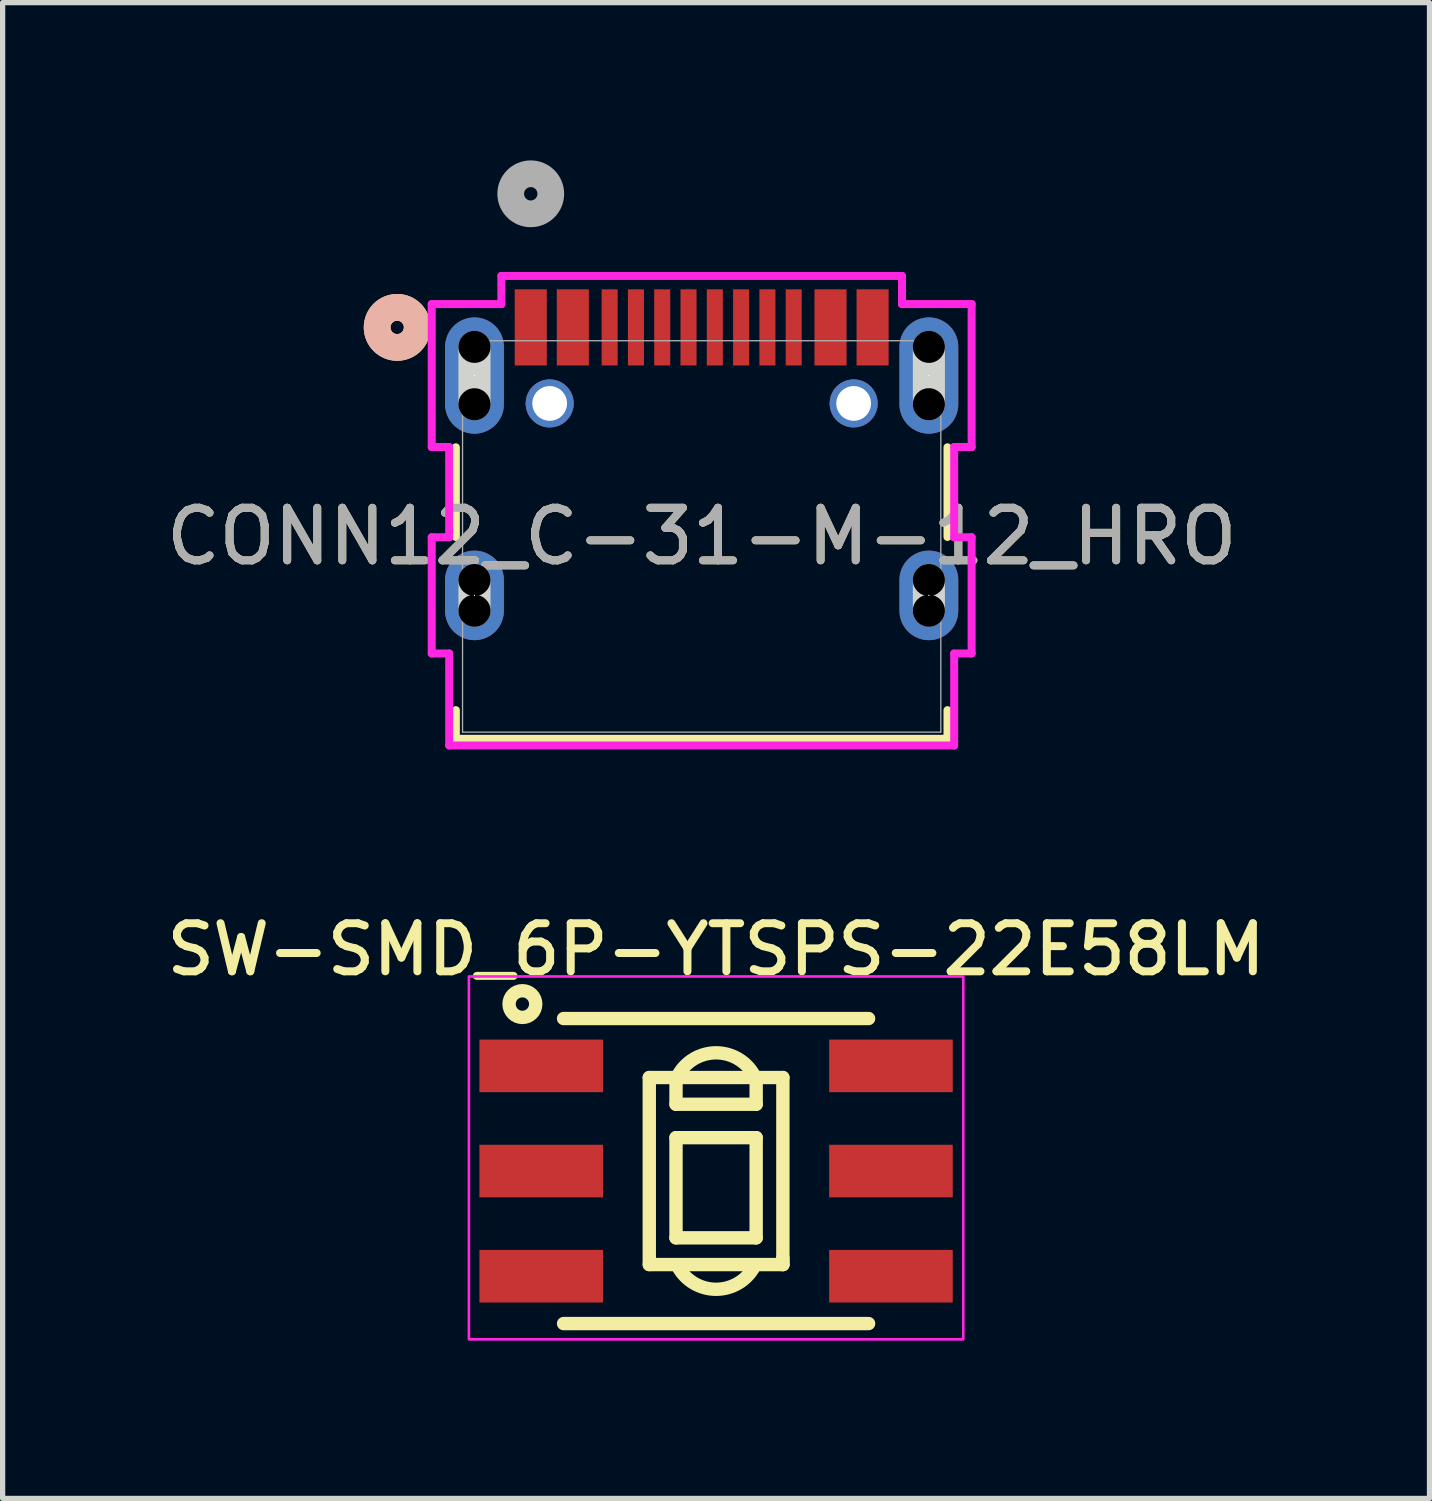
<source format=kicad_pcb>
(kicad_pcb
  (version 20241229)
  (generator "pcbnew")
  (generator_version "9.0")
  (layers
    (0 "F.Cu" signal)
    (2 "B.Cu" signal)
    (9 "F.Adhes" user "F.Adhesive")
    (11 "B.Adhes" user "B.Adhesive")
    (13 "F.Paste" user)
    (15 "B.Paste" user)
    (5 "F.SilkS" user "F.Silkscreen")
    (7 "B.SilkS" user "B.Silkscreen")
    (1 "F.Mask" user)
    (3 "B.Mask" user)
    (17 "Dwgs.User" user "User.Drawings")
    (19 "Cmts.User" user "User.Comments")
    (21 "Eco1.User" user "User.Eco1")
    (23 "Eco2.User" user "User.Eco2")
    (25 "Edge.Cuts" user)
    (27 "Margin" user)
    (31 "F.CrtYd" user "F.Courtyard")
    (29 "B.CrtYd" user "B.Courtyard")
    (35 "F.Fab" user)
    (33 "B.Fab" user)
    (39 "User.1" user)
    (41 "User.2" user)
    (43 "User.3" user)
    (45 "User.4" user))
  (footprint "SW-SMD_6P-YTSPS-22E58LM"
    (layer "F.Cu")
    (at 10.566 19.217)
    (property "Reference" "SW-SMD_6P-YTSPS-22E58LM" (at 0 -4.213 0) (layer "F.SilkS") (effects (font (size 0.914 0.914) (thickness 0.152))))
    (fp_line (start -2.9 -2.9) (end 2.9 -2.9) (stroke (width 0.254) (type default)) (layer "F.SilkS"))
    (fp_line (start -2.9 2.9) (end 2.9 2.9) (stroke (width 0.254) (type default)) (layer "F.SilkS"))
    (fp_line (start -1.27 -1.778) (end 1.27 -1.778) (stroke (width 0.254) (type default)) (layer "F.SilkS"))
    (fp_line (start -1.27 1.778) (end -1.27 -1.778) (stroke (width 0.254) (type default)) (layer "F.SilkS"))
    (fp_line (start -0.762 -1.27) (end -0.762 -1.778) (stroke (width 0.254) (type default)) (layer "F.SilkS"))
    (fp_line (start -0.762 -0.635) (end 0.762 -0.635) (stroke (width 0.254) (type default)) (layer "F.SilkS"))
    (fp_line (start -0.762 1.27) (end -0.762 -0.635) (stroke (width 0.254) (type default)) (layer "F.SilkS"))
    (fp_line (start 0.762 -1.778) (end 0.762 -1.27) (stroke (width 0.254) (type default)) (layer "F.SilkS"))
    (fp_line (start 0.762 -1.27) (end -0.762 -1.27) (stroke (width 0.254) (type default)) (layer "F.SilkS"))
    (fp_line (start 0.762 -0.635) (end 0.762 1.27) (stroke (width 0.254) (type default)) (layer "F.SilkS"))
    (fp_line (start 0.762 1.27) (end -0.762 1.27) (stroke (width 0.254) (type default)) (layer "F.SilkS"))
    (fp_line (start 1.27 -1.778) (end 1.27 1.778) (stroke (width 0.254) (type default)) (layer "F.SilkS"))
    (fp_line (start 1.27 1.651) (end 1.27 1.778) (stroke (width 0.254) (type default)) (layer "F.SilkS"))
    (fp_line (start 1.27 1.778) (end -1.27 1.778) (stroke (width 0.254) (type default)) (layer "F.SilkS"))
    (fp_arc (start -0.7262 -1.8157) (mid -0.000368 -2.248105) (end 0.7255 -1.8158) (stroke (width 0.254) (type default)) (layer "F.SilkS"))
    (fp_arc (start 0.7255 1.816) (mid -0.000368 2.248265) (end -0.7262 1.8159) (stroke (width 0.254) (type default)) (layer "F.SilkS"))
    (fp_circle (center -3.683 -3.175) (end -3.429 -3.175) (stroke (width 0.254) (type default)) (fill no) (layer "F.SilkS"))
    (fp_rect (start -4.7 -3.7) (end 4.7 3.2) (stroke (width 0.05) (type default)) (fill no) (layer "F.CrtYd"))
    (fp_circle (center -4 -2.9) (end -3.97 -2.9) (stroke (width 0.06) (type default)) (fill no) (layer "User.5"))
    (pad "1" smd rect (at -3.325 -2) (size 2.35 1) (layers "F.Cu" "F.Mask" "F.Paste"))
    (pad "2" smd rect (at -3.325 0 180) (size 2.35 1) (layers "F.Cu" "F.Mask" "F.Paste"))
    (pad "3" smd rect (at -3.325 2) (size 2.35 1) (layers "F.Cu" "F.Mask" "F.Paste"))
    (pad "4" smd rect (at 3.325 -2) (size 2.35 1) (layers "F.Cu" "F.Mask" "F.Paste"))
    (pad "5" smd rect (at 3.325 0 180) (size 2.35 1) (layers "F.Cu" "F.Mask" "F.Paste"))
    (pad "6" smd rect (at 3.325 2) (size 2.35 1) (layers "F.Cu" "F.Mask" "F.Paste"))
    (zone (net_name "") (layer "Dwgs.User") (hatch edge 0.5) (priority 100) (connect_pads yes) (min_thickness 0) (filled_areas_thickness no) (fill yes) (polygon (pts (xy 6.311 17.439) (xy 6.692 17.439) (xy 6.692 17.566) (xy 6.311 17.566))) (filled_polygon (layer "Dwgs.User") (island) (pts (xy 6.311 17.439) (xy 6.692 17.439) (xy 6.692 17.566) (xy 6.311 17.566))))
    (zone (net_name "") (layer "Dwgs.User") (hatch edge 0.5) (priority 100) (connect_pads yes) (min_thickness 0) (filled_areas_thickness no) (fill yes) (polygon (pts (xy 6.438 16.931) (xy 6.311 16.931) (xy 6.311 17.058) (xy 6.438 17.058))) (filled_polygon (layer "Dwgs.User") (island) (pts (xy 6.438 16.931) (xy 6.311 16.931) (xy 6.311 17.058) (xy 6.438 17.058))))
    (zone (net_name "") (layer "Dwgs.User") (hatch edge 0.5) (priority 100) (connect_pads yes) (min_thickness 0) (filled_areas_thickness no) (fill yes) (polygon (pts (xy 6.565 17.439) (xy 6.565 16.931) (xy 6.438 16.931) (xy 6.438 17.439))) (filled_polygon (layer "Dwgs.User") (island) (pts (xy 6.565 17.439) (xy 6.565 16.931) (xy 6.438 16.931) (xy 6.438 17.439))))
    (zone (net_name "") (layer "Dwgs.User") (hatch edge 0.5) (priority 100) (connect_pads yes) (min_thickness 0) (filled_areas_thickness no) (fill yes) (polygon (pts (xy 9.168 17.312) (xy 9.168 21.122) (xy 9.422 21.122) (xy 9.422 17.312))) (filled_polygon (layer "Dwgs.User") (island) (pts (xy 9.168 17.312) (xy 9.168 21.122) (xy 9.422 21.122) (xy 9.422 17.312))))
    (zone (net_name "") (layer "Dwgs.User") (hatch edge 0.5) (priority 100) (connect_pads yes) (min_thickness 0) (filled_areas_thickness no) (fill yes) (polygon (pts (xy 9.422 17.312) (xy 9.676 17.312) (xy 9.676 17.566) (xy 9.422 17.566))) (filled_polygon (layer "Dwgs.User") (island) (pts (xy 9.422 17.312) (xy 9.676 17.312) (xy 9.676 17.566) (xy 9.422 17.566))))
    (zone (net_name "") (layer "Dwgs.User") (hatch edge 0.5) (priority 100) (connect_pads yes) (min_thickness 0) (filled_areas_thickness no) (fill yes) (polygon (pts (xy 9.676 17.312) (xy 9.676 18.074) (xy 9.93 18.074) (xy 9.93 17.312))) (filled_polygon (layer "Dwgs.User") (island) (pts (xy 9.676 17.312) (xy 9.676 18.074) (xy 9.93 18.074) (xy 9.93 17.312))))
    (zone (net_name "") (layer "Dwgs.User") (hatch edge 0.5) (priority 100) (connect_pads yes) (min_thickness 0) (filled_areas_thickness no) (fill yes) (polygon (pts (xy 11.2 17.312) (xy 9.93 17.312) (xy 9.93 17.566) (xy 11.2 17.566))) (filled_polygon (layer "Dwgs.User") (island) (pts (xy 11.2 17.312) (xy 9.93 17.312) (xy 9.93 17.566) (xy 11.2 17.566))))
    (zone (net_name "") (layer "Dwgs.User") (hatch edge 0.5) (priority 100) (connect_pads yes) (min_thickness 0) (filled_areas_thickness no) (fill yes) (polygon (pts (xy 11.2 18.074) (xy 9.93 18.074) (xy 9.93 17.82) (xy 11.2 17.82))) (filled_polygon (layer "Dwgs.User") (island) (pts (xy 11.2 18.074) (xy 9.93 18.074) (xy 9.93 17.82) (xy 11.2 17.82))))
    (zone (net_name "") (layer "Dwgs.User") (hatch edge 0.5) (priority 100) (connect_pads yes) (min_thickness 0) (filled_areas_thickness no) (fill yes) (polygon (pts (xy 11.708 17.312) (xy 11.454 17.312) (xy 11.454 17.566) (xy 11.708 17.566))) (filled_polygon (layer "Dwgs.User") (island) (pts (xy 11.708 17.312) (xy 11.454 17.312) (xy 11.454 17.566) (xy 11.708 17.566))))
    (zone (net_name "") (layer "Dwgs.User") (hatch edge 0.5) (priority 100) (connect_pads yes) (min_thickness 0) (filled_areas_thickness no) (fill yes) (polygon (pts (xy 11.708 21.122) (xy 9.422 21.122) (xy 9.422 20.868) (xy 11.708 20.868))) (filled_polygon (layer "Dwgs.User") (island) (pts (xy 11.708 21.122) (xy 9.422 21.122) (xy 9.422 20.868) (xy 11.708 20.868))))
    (zone (net_name "") (layer "Dwgs.User") (hatch edge 0.5) (priority 100) (connect_pads yes) (min_thickness 0) (filled_areas_thickness no) (fill yes) (polygon (pts (xy 11.962 17.312) (xy 11.962 21.122) (xy 11.708 21.122) (xy 11.708 17.312))) (filled_polygon (layer "Dwgs.User") (island) (pts (xy 11.962 17.312) (xy 11.962 21.122) (xy 11.708 21.122) (xy 11.708 17.312))))
    (zone (net_name "") (layer "Dwgs.User") (hatch edge 0.5) (priority 100) (connect_pads yes) (min_thickness 0) (filled_areas_thickness no) (fill yes) (polygon (pts (xy 11.454 17.439) (xy 11.454 18.074) (xy 11.2 18.074) (xy 11.2 17.312) (xy 11.454 17.312))) (filled_polygon (layer "Dwgs.User") (island) (pts (xy 11.454 17.439) (xy 11.454 18.074) (xy 11.2 18.074) (xy 11.2 17.312) (xy 11.454 17.312))))
    (zone (net_name "") (layer "User.3") (hatch edge 0.5) (priority 100) (connect_pads yes) (min_thickness 0) (filled_areas_thickness no) (fill yes) (polygon (pts (xy 7.665 22.117) (xy 7.665 16.317) (xy 13.465 16.317) (xy 13.465 22.117))) (filled_polygon (layer "User.3") (island) (pts (xy 7.665 22.117) (xy 7.665 16.317) (xy 13.465 16.317) (xy 13.465 22.117))))
    (zone (net_name "") (layer "User.4") (hatch edge 0.5) (priority 100) (connect_pads yes) (min_thickness 0) (filled_areas_thickness no) (fill yes) (polygon (pts (xy 8.465 17.517) (xy 6.565 17.517) (xy 6.565 16.917) (xy 8.465 16.917))) (filled_polygon (layer "User.4") (island) (pts (xy 8.465 17.517) (xy 6.565 17.517) (xy 6.565 16.917) (xy 8.465 16.917))))
    (zone (net_name "") (layer "User.4") (hatch edge 0.5) (priority 100) (connect_pads yes) (min_thickness 0) (filled_areas_thickness no) (fill yes) (polygon (pts (xy 8.465 19.517) (xy 6.565 19.517) (xy 6.565 18.917) (xy 8.465 18.917))) (filled_polygon (layer "User.4") (island) (pts (xy 8.465 19.517) (xy 6.565 19.517) (xy 6.565 18.917) (xy 8.465 18.917))))
    (zone (net_name "") (layer "User.4") (hatch edge 0.5) (priority 100) (connect_pads yes) (min_thickness 0) (filled_areas_thickness no) (fill yes) (polygon (pts (xy 8.465 21.517) (xy 6.565 21.517) (xy 6.565 20.917) (xy 8.465 20.917))) (filled_polygon (layer "User.4") (island) (pts (xy 8.465 21.517) (xy 6.565 21.517) (xy 6.565 20.917) (xy 8.465 20.917))))
    (zone (net_name "") (layer "User.4") (hatch edge 0.5) (priority 100) (connect_pads yes) (min_thickness 0) (filled_areas_thickness no) (fill yes) (polygon (pts (xy 14.565 17.517) (xy 12.665 17.517) (xy 12.665 16.917) (xy 14.565 16.917))) (filled_polygon (layer "User.4") (island) (pts (xy 14.565 17.517) (xy 12.665 17.517) (xy 12.665 16.917) (xy 14.565 16.917))))
    (zone (net_name "") (layer "User.4") (hatch edge 0.5) (priority 100) (connect_pads yes) (min_thickness 0) (filled_areas_thickness no) (fill yes) (polygon (pts (xy 14.565 19.517) (xy 12.665 19.517) (xy 12.665 18.917) (xy 14.565 18.917))) (filled_polygon (layer "User.4") (island) (pts (xy 14.565 19.517) (xy 12.665 19.517) (xy 12.665 18.917) (xy 14.565 18.917))))
    (zone (net_name "") (layer "User.4") (hatch edge 0.5) (priority 100) (connect_pads yes) (min_thickness 0) (filled_areas_thickness no) (fill yes) (polygon (pts (xy 14.565 21.517) (xy 12.665 21.517) (xy 12.665 20.917) (xy 14.565 20.917))) (filled_polygon (layer "User.4") (island) (pts (xy 14.565 21.517) (xy 12.665 21.517) (xy 12.665 20.917) (xy 14.565 20.917)))))
  (footprint "CONN12_C-31-M-12_HRO"
    (layer "F.Cu")
    (at 10.292 7.121)
    (property "Reference" "CONN12_C-31-M-12_HRO" (at 0 0.029 0) (unlocked yes) (layer "F.SilkS") (effects (font (size 1 1) (thickness 0.15))))
    (attr smd)
    (fp_line (start -4.674 -1.666) (end -4.674 0.039) (stroke (width 0.152) (type solid)) (layer "F.SilkS"))
    (fp_line (start -4.674 3.332) (end -4.674 3.877) (stroke (width 0.152) (type solid)) (layer "F.SilkS"))
    (fp_line (start -4.674 3.877) (end 4.674 3.877) (stroke (width 0.152) (type solid)) (layer "F.SilkS"))
    (fp_line (start 4.674 0.039) (end 4.674 -1.666) (stroke (width 0.152) (type solid)) (layer "F.SilkS"))
    (fp_line (start 4.674 3.877) (end 4.674 3.332) (stroke (width 0.152) (type solid)) (layer "F.SilkS"))
    (fp_circle (center -5.79 -3.946) (end -5.409 -3.946) (stroke (width 0.508) (type solid)) (fill no) (layer "F.SilkS"))
    (fp_circle (center -5.79 -3.946) (end -5.409 -3.946) (stroke (width 0.508) (type solid)) (fill no) (layer "B.SilkS"))
    (fp_line (start -4.32 -2.484) (end -4.32 -3.576) (stroke (width 0.61) (type solid)) (layer "Edge.Cuts"))
    (fp_line (start -4.32 1.442) (end -4.32 0.858) (stroke (width 0.61) (type solid)) (layer "Edge.Cuts"))
    (fp_line (start 4.32 1.442) (end 4.32 0.858) (stroke (width 0.61) (type solid)) (layer "Edge.Cuts"))
    (fp_line (start 4.32 -2.484) (end 4.32 -3.576) (stroke (width 0.61) (type solid)) (layer "Edge.Cuts"))
    (fp_line (start -5.133 -4.389) (end -5.133 -1.671) (stroke (width 0.152) (type solid)) (layer "F.CrtYd"))
    (fp_line (start -5.133 -1.671) (end -4.801 -1.671) (stroke (width 0.152) (type solid)) (layer "F.CrtYd"))
    (fp_line (start -5.133 0.045) (end -5.133 2.255) (stroke (width 0.152) (type solid)) (layer "F.CrtYd"))
    (fp_line (start -5.133 2.255) (end -4.801 2.255) (stroke (width 0.152) (type solid)) (layer "F.CrtYd"))
    (fp_line (start -4.801 -1.671) (end -4.801 0.045) (stroke (width 0.152) (type solid)) (layer "F.CrtYd"))
    (fp_line (start -4.801 0.045) (end -5.133 0.045) (stroke (width 0.152) (type solid)) (layer "F.CrtYd"))
    (fp_line (start -4.801 2.255) (end -4.801 4.004) (stroke (width 0.152) (type solid)) (layer "F.CrtYd"))
    (fp_line (start -4.801 4.004) (end 4.801 4.004) (stroke (width 0.152) (type solid)) (layer "F.CrtYd"))
    (fp_line (start -3.809 -4.924) (end -3.809 -4.389) (stroke (width 0.152) (type solid)) (layer "F.CrtYd"))
    (fp_line (start -3.809 -4.389) (end -5.133 -4.389) (stroke (width 0.152) (type solid)) (layer "F.CrtYd"))
    (fp_line (start 3.809 -4.924) (end -3.809 -4.924) (stroke (width 0.152) (type solid)) (layer "F.CrtYd"))
    (fp_line (start 3.809 -4.389) (end 3.809 -4.924) (stroke (width 0.152) (type solid)) (layer "F.CrtYd"))
    (fp_line (start 4.801 -1.671) (end 5.133 -1.671) (stroke (width 0.152) (type solid)) (layer "F.CrtYd"))
    (fp_line (start 4.801 0.045) (end 4.801 -1.671) (stroke (width 0.152) (type solid)) (layer "F.CrtYd"))
    (fp_line (start 4.801 2.255) (end 5.133 2.255) (stroke (width 0.152) (type solid)) (layer "F.CrtYd"))
    (fp_line (start 4.801 4.004) (end 4.801 2.255) (stroke (width 0.152) (type solid)) (layer "F.CrtYd"))
    (fp_line (start 5.133 0.045) (end 4.801 0.045) (stroke (width 0.152) (type solid)) (layer "F.CrtYd"))
    (fp_line (start 5.133 2.255) (end 5.133 0.045) (stroke (width 0.152) (type solid)) (layer "F.CrtYd"))
    (fp_line (start 5.133 -4.389) (end 3.809 -4.389) (stroke (width 0.152) (type solid)) (layer "F.CrtYd"))
    (fp_line (start 5.133 -1.671) (end 5.133 -4.389) (stroke (width 0.152) (type solid)) (layer "F.CrtYd"))
    (fp_line (start -4.547 -3.692) (end -4.547 3.75) (stroke (width 0.025) (type solid)) (layer "F.Fab"))
    (fp_line (start -4.547 3.75) (end 4.547 3.75) (stroke (width 0.025) (type solid)) (layer "F.Fab"))
    (fp_line (start 4.547 -3.692) (end -4.547 -3.692) (stroke (width 0.025) (type solid)) (layer "F.Fab"))
    (fp_line (start 4.547 3.75) (end 4.547 -3.692) (stroke (width 0.025) (type solid)) (layer "F.Fab"))
    (fp_circle (center -3.25 -6.486) (end -2.869 -6.486) (stroke (width 0.508) (type solid)) (fill no) (layer "F.Fab"))
    (fp_text user "${REFERENCE}" (at 0 0.029 0) (unlocked yes) (layer "F.Fab") (effects (font (size 1 1) (thickness 0.15))))
    (pad "" np_thru_hole circle (at -4.32 -3.576) (size 0.61 0.61) (drill 0.61) (layers))
    (pad "" np_thru_hole circle (at -4.32 -2.484) (size 0.61 0.61) (drill 0.61) (layers))
    (pad "" np_thru_hole circle (at -4.32 0.858) (size 0.61 0.61) (drill 0.61) (layers))
    (pad "" np_thru_hole circle (at -4.32 1.442) (size 0.61 0.61) (drill 0.61) (layers))
    (pad "" np_thru_hole circle (at 4.32 0.858) (size 0.61 0.61) (drill 0.61) (layers))
    (pad "" np_thru_hole circle (at 4.32 1.442) (size 0.61 0.61) (drill 0.61) (layers))
    (pad "" np_thru_hole circle (at 4.32 -3.576) (size 0.61 0.61) (drill 0.61) (layers))
    (pad "" np_thru_hole circle (at 4.32 -2.484) (size 0.61 0.61) (drill 0.61) (layers))
    (pad "13" thru_hole oval (at -4.32 -3.03 90) (size 2.21 1.118) (drill 0.025) (layers "*.Cu" "*.Mask"))
    (pad "14" thru_hole oval (at 4.32 -3.03 90) (size 2.21 1.118) (drill 0.025) (layers "*.Cu" "*.Mask"))
    (pad "15" thru_hole oval (at -4.32 1.15 90) (size 1.702 1.118) (drill 0.025) (layers "*.Cu" "*.Mask"))
    (pad "16" thru_hole oval (at 4.32 1.15 90) (size 1.702 1.118) (drill 0.025) (layers "*.Cu" "*.Mask"))
    (pad "17" thru_hole circle (at -2.89 -2.5 90) (size 0.914 0.914) (drill 0.66) (layers "*.Cu" "*.Mask"))
    (pad "18" thru_hole circle (at 2.89 -2.5 90) (size 0.914 0.914) (drill 0.66) (layers "*.Cu" "*.Mask"))
    (pad "A1-B12" smd rect (at -3.25 -3.946) (size 0.61 1.448) (layers "F.Cu" "F.Mask" "F.Paste"))
    (pad "A4-B9" smd rect (at -2.45 -3.946) (size 0.61 1.448) (layers "F.Cu" "F.Mask" "F.Paste"))
    (pad "A5" smd rect (at -1.25 -3.946) (size 0.305 1.448) (layers "F.Cu" "F.Mask" "F.Paste"))
    (pad "A6" smd rect (at -0.25 -3.946) (size 0.305 1.448) (layers "F.Cu" "F.Mask" "F.Paste"))
    (pad "A7" smd rect (at 0.25 -3.946) (size 0.305 1.448) (layers "F.Cu" "F.Mask" "F.Paste"))
    (pad "A8" smd rect (at 1.25 -3.946) (size 0.305 1.448) (layers "F.Cu" "F.Mask" "F.Paste"))
    (pad "B1-A12" smd rect (at 3.25 -3.946) (size 0.61 1.448) (layers "F.Cu" "F.Mask" "F.Paste"))
    (pad "B4-A9" smd rect (at 2.45 -3.946) (size 0.61 1.448) (layers "F.Cu" "F.Mask" "F.Paste"))
    (pad "B5" smd rect (at 1.75 -3.946) (size 0.305 1.448) (layers "F.Cu" "F.Mask" "F.Paste"))
    (pad "B6" smd rect (at 0.75 -3.946) (size 0.305 1.448) (layers "F.Cu" "F.Mask" "F.Paste"))
    (pad "B7" smd rect (at -0.75 -3.946) (size 0.305 1.448) (layers "F.Cu" "F.Mask" "F.Paste"))
    (pad "B8" smd rect (at -1.75 -3.946) (size 0.305 1.448) (layers "F.Cu" "F.Mask" "F.Paste")))
  (gr_rect
    (start -3 -3)
    (end 24.131 25.442)
    (stroke (width 0.1) (type default))
    (fill no)
    (layer "Edge.Cuts")))
</source>
